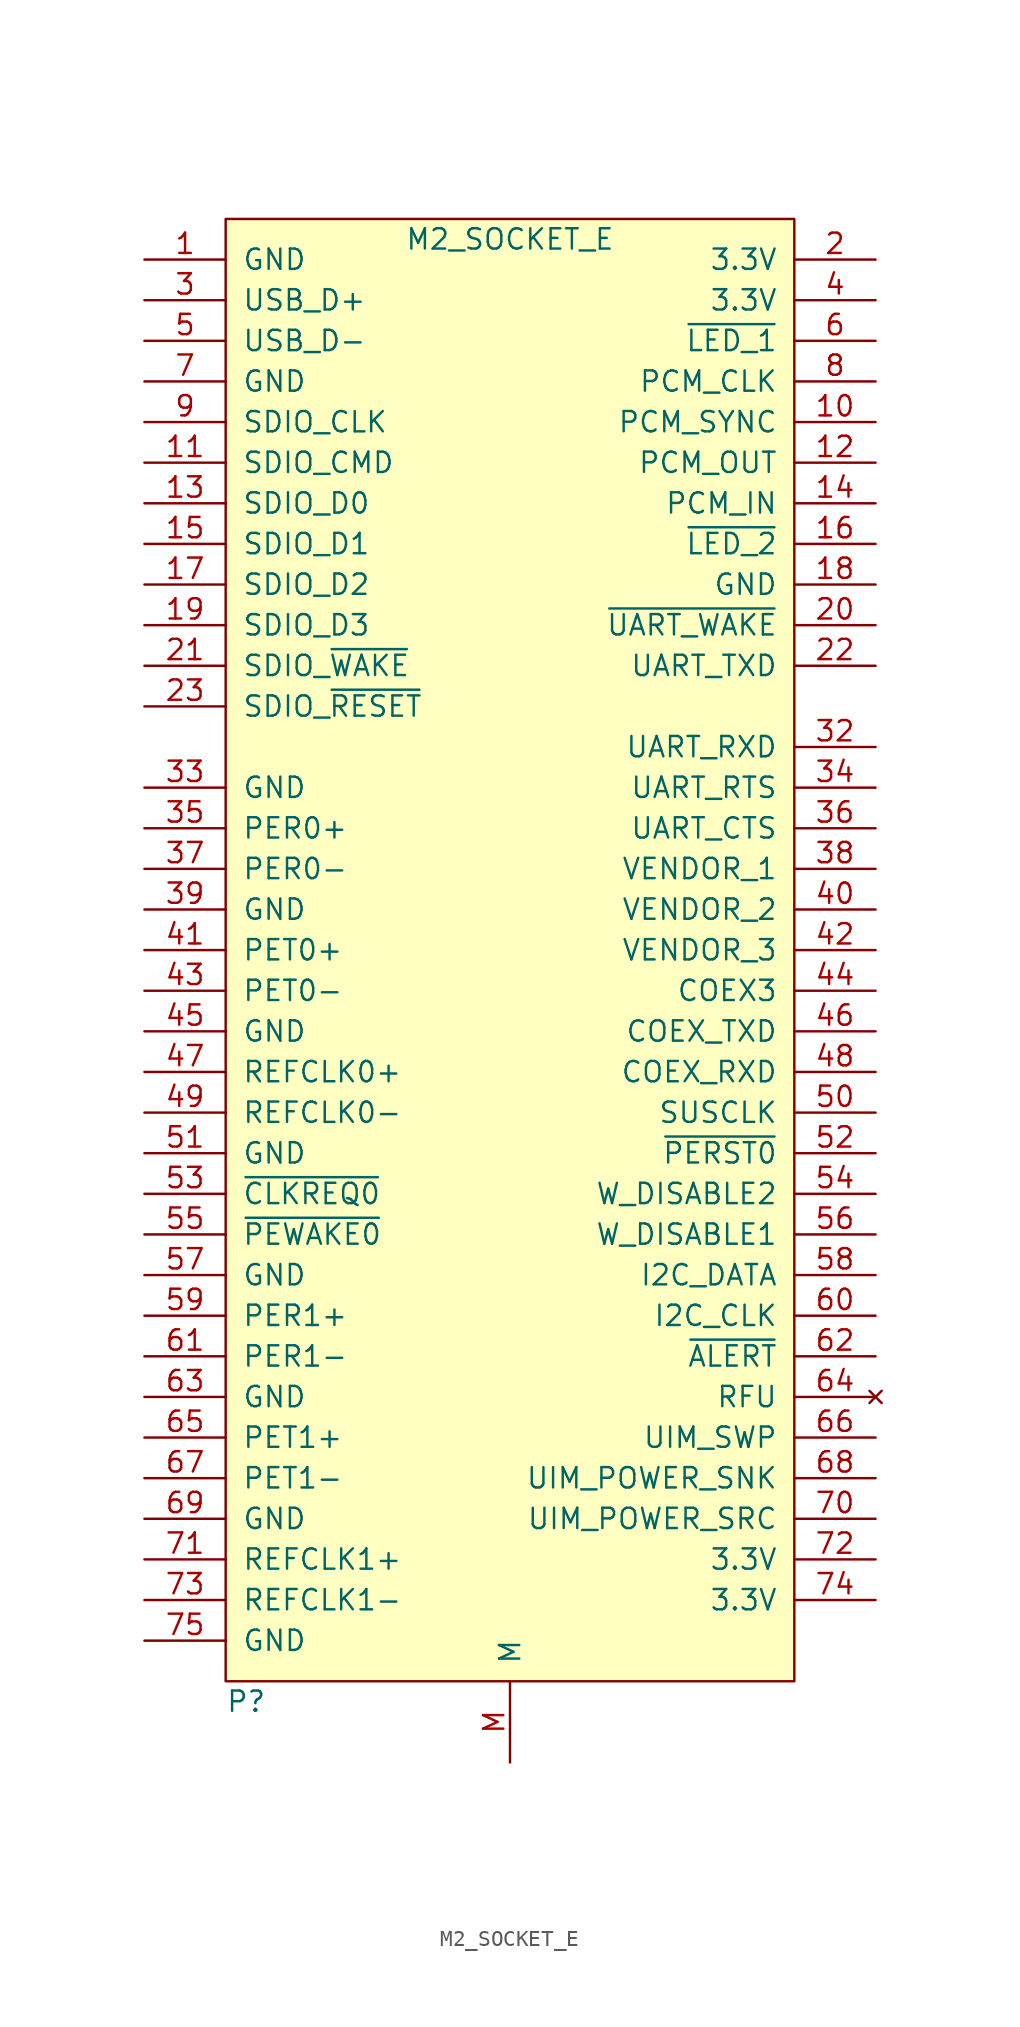
<source format=kicad_sym>
(kicad_symbol_lib
  (version 20201005)
  (generator kicad_symbol_editor)
  (symbol "meowality:M2_SOCKET_E"
    (pin_names
      (offset 1.016))
    (property "Reference" "P"
      (at -17.78 -59.69 0)
      (effects (font (size 1.27 1.27)) (justify left)))
    (property "Value" "M2_SOCKET_E"
      (at 0 31.75 0)
      (effects (font (size 1.27 1.27))))
    (symbol "M2_SOCKET_E_0_1"
      (rectangle (start -17.78 33.02) (end 17.78 -58.42) (stroke (width 0)) (fill (type background))))
    (symbol "M2_SOCKET_E_1_1"
      (pin power_in line (at -22.86 30.48 0) (length 5.08) (name "GND" (effects (font (size 1.27 1.27)))) (number "1" (effects (font (size 1.27 1.27)))))
      (pin bidirectional line (at 22.86 20.32 180) (length 5.08) (name "PCM_SYNC" (effects (font (size 1.27 1.27)))) (number "10" (effects (font (size 1.27 1.27)))))
      (pin bidirectional line (at -22.86 17.78 0) (length 5.08) (name "SDIO_CMD" (effects (font (size 1.27 1.27)))) (number "11" (effects (font (size 1.27 1.27)))))
      (pin bidirectional line (at 22.86 17.78 180) (length 5.08) (name "PCM_OUT" (effects (font (size 1.27 1.27)))) (number "12" (effects (font (size 1.27 1.27)))))
      (pin bidirectional line (at -22.86 15.24 0) (length 5.08) (name "SDIO_D0" (effects (font (size 1.27 1.27)))) (number "13" (effects (font (size 1.27 1.27)))))
      (pin bidirectional line (at 22.86 15.24 180) (length 5.08) (name "PCM_IN" (effects (font (size 1.27 1.27)))) (number "14" (effects (font (size 1.27 1.27)))))
      (pin bidirectional line (at -22.86 12.7 0) (length 5.08) (name "SDIO_D1" (effects (font (size 1.27 1.27)))) (number "15" (effects (font (size 1.27 1.27)))))
      (pin output line (at 22.86 12.7 180) (length 5.08) (name "~LED_2" (effects (font (size 1.27 1.27)))) (number "16" (effects (font (size 1.27 1.27)))))
      (pin bidirectional line (at -22.86 10.16 0) (length 5.08) (name "SDIO_D2" (effects (font (size 1.27 1.27)))) (number "17" (effects (font (size 1.27 1.27)))))
      (pin power_in line (at 22.86 10.16 180) (length 5.08) (name "GND" (effects (font (size 1.27 1.27)))) (number "18" (effects (font (size 1.27 1.27)))))
      (pin bidirectional line (at -22.86 7.62 0) (length 5.08) (name "SDIO_D3" (effects (font (size 1.27 1.27)))) (number "19" (effects (font (size 1.27 1.27)))))
      (pin power_in line (at 22.86 30.48 180) (length 5.08) (name "3.3V" (effects (font (size 1.27 1.27)))) (number "2" (effects (font (size 1.27 1.27)))))
      (pin output line (at 22.86 7.62 180) (length 5.08) (name "~UART_WAKE" (effects (font (size 1.27 1.27)))) (number "20" (effects (font (size 1.27 1.27)))))
      (pin bidirectional line (at -22.86 5.08 0) (length 5.08) (name "SDIO_~WAKE" (effects (font (size 1.27 1.27)))) (number "21" (effects (font (size 1.27 1.27)))))
      (pin bidirectional line (at 22.86 5.08 180) (length 5.08) (name "UART_TXD" (effects (font (size 1.27 1.27)))) (number "22" (effects (font (size 1.27 1.27)))))
      (pin input line (at -22.86 2.54 0) (length 5.08) (name "SDIO_~RESET" (effects (font (size 1.27 1.27)))) (number "23" (effects (font (size 1.27 1.27)))))
      (pin bidirectional line (at -22.86 27.94 0) (length 5.08) (name "USB_D+" (effects (font (size 1.27 1.27)))) (number "3" (effects (font (size 1.27 1.27)))))
      (pin bidirectional line (at 22.86 0 180) (length 5.08) (name "UART_RXD" (effects (font (size 1.27 1.27)))) (number "32" (effects (font (size 1.27 1.27)))))
      (pin power_in line (at -22.86 -2.54 0) (length 5.08) (name "GND" (effects (font (size 1.27 1.27)))) (number "33" (effects (font (size 1.27 1.27)))))
      (pin bidirectional line (at 22.86 -2.54 180) (length 5.08) (name "UART_RTS" (effects (font (size 1.27 1.27)))) (number "34" (effects (font (size 1.27 1.27)))))
      (pin input line (at -22.86 -5.08 0) (length 5.08) (name "PER0+" (effects (font (size 1.27 1.27)))) (number "35" (effects (font (size 1.27 1.27)))))
      (pin bidirectional line (at 22.86 -5.08 180) (length 5.08) (name "UART_CTS" (effects (font (size 1.27 1.27)))) (number "36" (effects (font (size 1.27 1.27)))))
      (pin input line (at -22.86 -7.62 0) (length 5.08) (name "PER0-" (effects (font (size 1.27 1.27)))) (number "37" (effects (font (size 1.27 1.27)))))
      (pin bidirectional line (at 22.86 -7.62 180) (length 5.08) (name "VENDOR_1" (effects (font (size 1.27 1.27)))) (number "38" (effects (font (size 1.27 1.27)))))
      (pin power_in line (at -22.86 -10.16 0) (length 5.08) (name "GND" (effects (font (size 1.27 1.27)))) (number "39" (effects (font (size 1.27 1.27)))))
      (pin power_in line (at 22.86 27.94 180) (length 5.08) (name "3.3V" (effects (font (size 1.27 1.27)))) (number "4" (effects (font (size 1.27 1.27)))))
      (pin bidirectional line (at 22.86 -10.16 180) (length 5.08) (name "VENDOR_2" (effects (font (size 1.27 1.27)))) (number "40" (effects (font (size 1.27 1.27)))))
      (pin output line (at -22.86 -12.7 0) (length 5.08) (name "PET0+" (effects (font (size 1.27 1.27)))) (number "41" (effects (font (size 1.27 1.27)))))
      (pin bidirectional line (at 22.86 -12.7 180) (length 5.08) (name "VENDOR_3" (effects (font (size 1.27 1.27)))) (number "42" (effects (font (size 1.27 1.27)))))
      (pin output line (at -22.86 -15.24 0) (length 5.08) (name "PET0-" (effects (font (size 1.27 1.27)))) (number "43" (effects (font (size 1.27 1.27)))))
      (pin bidirectional line (at 22.86 -15.24 180) (length 5.08) (name "COEX3" (effects (font (size 1.27 1.27)))) (number "44" (effects (font (size 1.27 1.27)))))
      (pin power_in line (at -22.86 -17.78 0) (length 5.08) (name "GND" (effects (font (size 1.27 1.27)))) (number "45" (effects (font (size 1.27 1.27)))))
      (pin bidirectional line (at 22.86 -17.78 180) (length 5.08) (name "COEX_TXD" (effects (font (size 1.27 1.27)))) (number "46" (effects (font (size 1.27 1.27)))))
      (pin input line (at -22.86 -20.32 0) (length 5.08) (name "REFCLK0+" (effects (font (size 1.27 1.27)))) (number "47" (effects (font (size 1.27 1.27)))))
      (pin bidirectional line (at 22.86 -20.32 180) (length 5.08) (name "COEX_RXD" (effects (font (size 1.27 1.27)))) (number "48" (effects (font (size 1.27 1.27)))))
      (pin input line (at -22.86 -22.86 0) (length 5.08) (name "REFCLK0-" (effects (font (size 1.27 1.27)))) (number "49" (effects (font (size 1.27 1.27)))))
      (pin bidirectional line (at -22.86 25.4 0) (length 5.08) (name "USB_D-" (effects (font (size 1.27 1.27)))) (number "5" (effects (font (size 1.27 1.27)))))
      (pin input line (at 22.86 -22.86 180) (length 5.08) (name "SUSCLK" (effects (font (size 1.27 1.27)))) (number "50" (effects (font (size 1.27 1.27)))))
      (pin power_in line (at -22.86 -25.4 0) (length 5.08) (name "GND" (effects (font (size 1.27 1.27)))) (number "51" (effects (font (size 1.27 1.27)))))
      (pin input line (at 22.86 -25.4 180) (length 5.08) (name "~PERST0" (effects (font (size 1.27 1.27)))) (number "52" (effects (font (size 1.27 1.27)))))
      (pin output line (at -22.86 -27.94 0) (length 5.08) (name "~CLKREQ0" (effects (font (size 1.27 1.27)))) (number "53" (effects (font (size 1.27 1.27)))))
      (pin input line (at 22.86 -27.94 180) (length 5.08) (name "W_DISABLE2" (effects (font (size 1.27 1.27)))) (number "54" (effects (font (size 1.27 1.27)))))
      (pin output line (at -22.86 -30.48 0) (length 5.08) (name "~PEWAKE0" (effects (font (size 1.27 1.27)))) (number "55" (effects (font (size 1.27 1.27)))))
      (pin input line (at 22.86 -30.48 180) (length 5.08) (name "W_DISABLE1" (effects (font (size 1.27 1.27)))) (number "56" (effects (font (size 1.27 1.27)))))
      (pin power_in line (at -22.86 -33.02 0) (length 5.08) (name "GND" (effects (font (size 1.27 1.27)))) (number "57" (effects (font (size 1.27 1.27)))))
      (pin bidirectional line (at 22.86 -33.02 180) (length 5.08) (name "I2C_DATA" (effects (font (size 1.27 1.27)))) (number "58" (effects (font (size 1.27 1.27)))))
      (pin input line (at -22.86 -35.56 0) (length 5.08) (name "PER1+" (effects (font (size 1.27 1.27)))) (number "59" (effects (font (size 1.27 1.27)))))
      (pin output line (at 22.86 25.4 180) (length 5.08) (name "~LED_1" (effects (font (size 1.27 1.27)))) (number "6" (effects (font (size 1.27 1.27)))))
      (pin bidirectional line (at 22.86 -35.56 180) (length 5.08) (name "I2C_CLK" (effects (font (size 1.27 1.27)))) (number "60" (effects (font (size 1.27 1.27)))))
      (pin input line (at -22.86 -38.1 0) (length 5.08) (name "PER1-" (effects (font (size 1.27 1.27)))) (number "61" (effects (font (size 1.27 1.27)))))
      (pin output line (at 22.86 -38.1 180) (length 5.08) (name "~ALERT" (effects (font (size 1.27 1.27)))) (number "62" (effects (font (size 1.27 1.27)))))
      (pin power_in line (at -22.86 -40.64 0) (length 5.08) (name "GND" (effects (font (size 1.27 1.27)))) (number "63" (effects (font (size 1.27 1.27)))))
      (pin no_connect line (at 22.86 -40.64 180) (length 5.08) (name "RFU" (effects (font (size 1.27 1.27)))) (number "64" (effects (font (size 1.27 1.27)))))
      (pin output line (at -22.86 -43.18 0) (length 5.08) (name "PET1+" (effects (font (size 1.27 1.27)))) (number "65" (effects (font (size 1.27 1.27)))))
      (pin bidirectional line (at 22.86 -43.18 180) (length 5.08) (name "UIM_SWP" (effects (font (size 1.27 1.27)))) (number "66" (effects (font (size 1.27 1.27)))))
      (pin output line (at -22.86 -45.72 0) (length 5.08) (name "PET1-" (effects (font (size 1.27 1.27)))) (number "67" (effects (font (size 1.27 1.27)))))
      (pin bidirectional line (at 22.86 -45.72 180) (length 5.08) (name "UIM_POWER_SNK" (effects (font (size 1.27 1.27)))) (number "68" (effects (font (size 1.27 1.27)))))
      (pin power_in line (at -22.86 -48.26 0) (length 5.08) (name "GND" (effects (font (size 1.27 1.27)))) (number "69" (effects (font (size 1.27 1.27)))))
      (pin power_in line (at -22.86 22.86 0) (length 5.08) (name "GND" (effects (font (size 1.27 1.27)))) (number "7" (effects (font (size 1.27 1.27)))))
      (pin bidirectional line (at 22.86 -48.26 180) (length 5.08) (name "UIM_POWER_SRC" (effects (font (size 1.27 1.27)))) (number "70" (effects (font (size 1.27 1.27)))))
      (pin input line (at -22.86 -50.8 0) (length 5.08) (name "REFCLK1+" (effects (font (size 1.27 1.27)))) (number "71" (effects (font (size 1.27 1.27)))))
      (pin power_in line (at 22.86 -50.8 180) (length 5.08) (name "3.3V" (effects (font (size 1.27 1.27)))) (number "72" (effects (font (size 1.27 1.27)))))
      (pin input line (at -22.86 -53.34 0) (length 5.08) (name "REFCLK1-" (effects (font (size 1.27 1.27)))) (number "73" (effects (font (size 1.27 1.27)))))
      (pin power_in line (at 22.86 -53.34 180) (length 5.08) (name "3.3V" (effects (font (size 1.27 1.27)))) (number "74" (effects (font (size 1.27 1.27)))))
      (pin power_in line (at -22.86 -55.88 0) (length 5.08) (name "GND" (effects (font (size 1.27 1.27)))) (number "75" (effects (font (size 1.27 1.27)))))
      (pin bidirectional line (at 22.86 22.86 180) (length 5.08) (name "PCM_CLK" (effects (font (size 1.27 1.27)))) (number "8" (effects (font (size 1.27 1.27)))))
      (pin input line (at -22.86 20.32 0) (length 5.08) (name "SDIO_CLK" (effects (font (size 1.27 1.27)))) (number "9" (effects (font (size 1.27 1.27)))))
      (pin passive line (at 0 -63.5 90) (length 5.08) (name "M" (effects (font (size 1.27 1.27)))) (number "M" (effects (font (size 1.27 1.27))))))))
</source>
